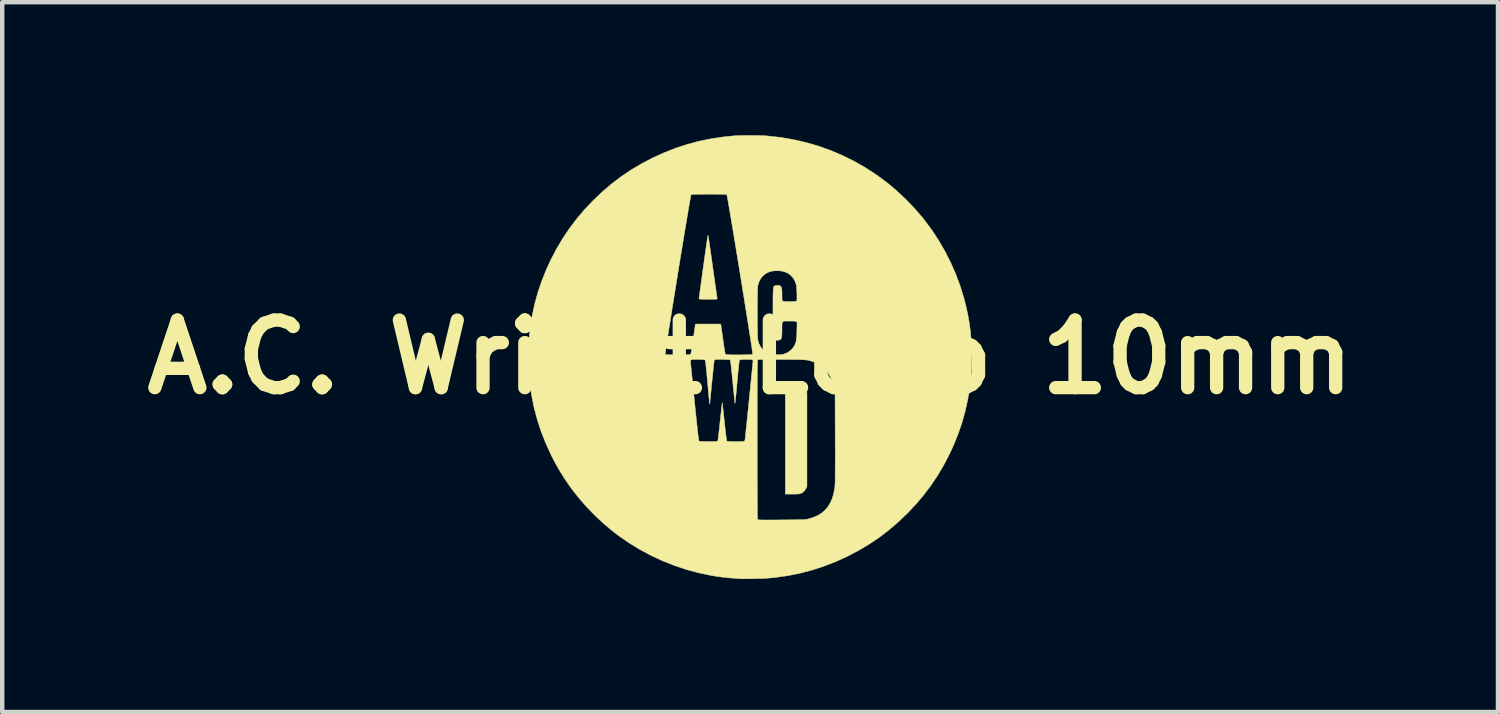
<source format=kicad_pcb>
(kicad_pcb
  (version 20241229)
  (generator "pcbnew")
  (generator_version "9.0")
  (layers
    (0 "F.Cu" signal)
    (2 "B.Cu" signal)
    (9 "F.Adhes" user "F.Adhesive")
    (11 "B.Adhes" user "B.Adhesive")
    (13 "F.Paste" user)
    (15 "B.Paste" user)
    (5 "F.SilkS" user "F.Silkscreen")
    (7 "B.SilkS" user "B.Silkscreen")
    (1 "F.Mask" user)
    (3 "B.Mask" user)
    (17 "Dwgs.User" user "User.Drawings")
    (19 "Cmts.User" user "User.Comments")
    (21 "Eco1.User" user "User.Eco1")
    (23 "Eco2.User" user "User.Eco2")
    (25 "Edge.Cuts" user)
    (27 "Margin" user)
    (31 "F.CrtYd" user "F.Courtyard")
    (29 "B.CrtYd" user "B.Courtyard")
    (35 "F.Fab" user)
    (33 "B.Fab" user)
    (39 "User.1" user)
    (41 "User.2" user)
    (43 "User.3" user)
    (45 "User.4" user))
  (footprint "A.C. Wright Logo 10mm"
    (layer "F.Cu")
    (at 13.868 5.004)
    (property "Reference" "A.C. Wright Logo 10mm" (at 0 0 0) (layer "F.SilkS") (effects (font (size 1.524 1.524) (thickness 0.3))))
    (attr through_hole)
    (fp_poly (pts (xy 0.95 0.629) (xy 1.002 0.631) (xy 1.05 0.633) (xy 1.09 0.636) (xy 1.119 0.64) (xy 1.134 0.642) (xy 1.183 0.665) (xy 1.222 0.7) (xy 1.254 0.749) (xy 1.255 0.752) (xy 1.283 0.808) (xy 1.283 2.917) (xy 1.263 2.959) (xy 1.235 3.007) (xy 1.2 3.043) (xy 1.156 3.07) (xy 1.14 3.077) (xy 1.124 3.082) (xy 1.107 3.086) (xy 1.083 3.088) (xy 1.052 3.09) (xy 1.009 3.09) (xy 0.955 3.09) (xy 0.796 3.09) (xy 0.796 0.624) (xy 0.95 0.629)) (stroke (width 0.01) (type solid)) (fill yes) (layer "F.SilkS"))
    (fp_poly (pts (xy -0.946 -2.747) (xy -0.944 -2.735) (xy -0.94 -2.707) (xy -0.933 -2.665) (xy -0.925 -2.611) (xy -0.916 -2.545) (xy -0.905 -2.468) (xy -0.892 -2.383) (xy -0.879 -2.289) (xy -0.865 -2.19) (xy -0.85 -2.085) (xy -0.842 -2.028) (xy -0.827 -1.921) (xy -0.813 -1.819) (xy -0.799 -1.723) (xy -0.787 -1.634) (xy -0.775 -1.553) (xy -0.765 -1.483) (xy -0.757 -1.423) (xy -0.75 -1.376) (xy -0.745 -1.342) (xy -0.742 -1.322) (xy -0.742 -1.319) (xy -0.742 -1.314) (xy -0.745 -1.311) (xy -0.754 -1.308) (xy -0.77 -1.306) (xy -0.796 -1.305) (xy -0.833 -1.304) (xy -0.883 -1.304) (xy -0.945 -1.304) (xy -1.012 -1.304) (xy -1.065 -1.305) (xy -1.103 -1.306) (xy -1.13 -1.308) (xy -1.145 -1.31) (xy -1.152 -1.313) (xy -1.152 -1.314) (xy -1.151 -1.324) (xy -1.148 -1.35) (xy -1.142 -1.389) (xy -1.135 -1.442) (xy -1.127 -1.507) (xy -1.116 -1.582) (xy -1.105 -1.666) (xy -1.092 -1.759) (xy -1.079 -1.859) (xy -1.064 -1.964) (xy -1.052 -2.048) (xy -1.033 -2.188) (xy -1.016 -2.311) (xy -1.001 -2.417) (xy -0.987 -2.509) (xy -0.976 -2.585) (xy -0.967 -2.646) (xy -0.959 -2.692) (xy -0.953 -2.724) (xy -0.949 -2.743) (xy -0.947 -2.747) (xy -0.946 -2.747)) (stroke (width 0.01) (type solid)) (fill yes) (layer "F.SilkS"))
    (fp_poly (pts (xy 0.072 -4.998) (xy 0.159 -4.997) (xy 0.24 -4.996) (xy 0.311 -4.993) (xy 0.371 -4.99) (xy 0.389 -4.988) (xy 0.687 -4.955) (xy 0.977 -4.905) (xy 1.262 -4.84) (xy 1.54 -4.76) (xy 1.812 -4.663) (xy 2.077 -4.551) (xy 2.336 -4.423) (xy 2.589 -4.28) (xy 2.836 -4.12) (xy 2.891 -4.081) (xy 3.098 -3.927) (xy 3.299 -3.758) (xy 3.495 -3.576) (xy 3.681 -3.385) (xy 3.855 -3.186) (xy 3.929 -3.095) (xy 4.098 -2.868) (xy 4.253 -2.632) (xy 4.396 -2.386) (xy 4.524 -2.132) (xy 4.639 -1.872) (xy 4.738 -1.606) (xy 4.821 -1.337) (xy 4.872 -1.137) (xy 4.913 -0.947) (xy 4.945 -0.763) (xy 4.969 -0.582) (xy 4.986 -0.398) (xy 4.996 -0.207) (xy 4.999 -0.005) (xy 4.999 0) (xy 4.999 0.073) (xy 4.998 0.147) (xy 4.996 0.218) (xy 4.994 0.284) (xy 4.992 0.34) (xy 4.989 0.383) (xy 4.988 0.389) (xy 4.957 0.674) (xy 4.912 0.949) (xy 4.853 1.217) (xy 4.78 1.479) (xy 4.691 1.736) (xy 4.588 1.992) (xy 4.497 2.189) (xy 4.369 2.434) (xy 4.231 2.668) (xy 4.082 2.891) (xy 3.92 3.106) (xy 3.745 3.314) (xy 3.554 3.517) (xy 3.535 3.535) (xy 3.333 3.728) (xy 3.125 3.905) (xy 2.912 4.068) (xy 2.689 4.218) (xy 2.456 4.357) (xy 2.212 4.485) (xy 2.189 4.497) (xy 1.926 4.616) (xy 1.662 4.718) (xy 1.395 4.805) (xy 1.123 4.876) (xy 0.847 4.931) (xy 0.564 4.971) (xy 0.44 4.983) (xy 0.396 4.986) (xy 0.339 4.99) (xy 0.274 4.993) (xy 0.202 4.995) (xy 0.127 4.997) (xy 0.052 4.999) (xy -0.02 5) (xy -0.086 5.001) (xy -0.143 5.001) (xy -0.188 5) (xy -0.212 4.999) (xy -0.328 4.991) (xy -0.43 4.983) (xy -0.521 4.975) (xy -0.604 4.966) (xy -0.682 4.956) (xy -0.758 4.945) (xy -0.836 4.933) (xy -0.892 4.923) (xy -1.171 4.864) (xy -1.447 4.789) (xy -1.719 4.697) (xy -1.985 4.591) (xy -2.245 4.469) (xy -2.498 4.333) (xy -2.742 4.183) (xy -2.977 4.02) (xy -3.095 3.929) (xy -3.296 3.761) (xy -3.491 3.58) (xy -3.677 3.388) (xy -3.852 3.189) (xy -4.014 2.985) (xy -4.081 2.891) (xy -4.189 2.733) (xy -4.286 2.578) (xy -4.377 2.421) (xy -4.464 2.254) (xy -4.497 2.189) (xy -4.612 1.934) (xy -4.713 1.678) (xy -4.797 1.42) (xy -4.868 1.157) (xy -4.923 0.887) (xy -4.965 0.61) (xy -4.988 0.389) (xy -4.992 0.336) (xy -4.995 0.269) (xy -4.997 0.191) (xy -4.998 0.106) (xy -4.998 0.08) (xy -1.347 0.08) (xy -1.255 0.985) (xy -1.24 1.134) (xy -1.226 1.268) (xy -1.214 1.386) (xy -1.203 1.49) (xy -1.193 1.58) (xy -1.185 1.657) (xy -1.178 1.721) (xy -1.171 1.774) (xy -1.166 1.817) (xy -1.161 1.85) (xy -1.158 1.873) (xy -1.154 1.888) (xy -1.152 1.896) (xy -1.151 1.897) (xy -1.139 1.899) (xy -1.113 1.901) (xy -1.075 1.903) (xy -1.028 1.904) (xy -0.974 1.905) (xy -0.938 1.905) (xy -0.874 1.905) (xy -0.826 1.905) (xy -0.79 1.904) (xy -0.764 1.902) (xy -0.747 1.9) (xy -0.737 1.897) (xy -0.732 1.893) (xy -0.729 1.89) (xy -0.726 1.878) (xy -0.722 1.852) (xy -0.717 1.812) (xy -0.711 1.76) (xy -0.703 1.698) (xy -0.695 1.628) (xy -0.687 1.55) (xy -0.678 1.468) (xy -0.676 1.45) (xy -0.667 1.367) (xy -0.659 1.29) (xy -0.651 1.22) (xy -0.644 1.158) (xy -0.638 1.107) (xy -0.633 1.067) (xy -0.63 1.041) (xy -0.628 1.029) (xy -0.628 1.029) (xy -0.626 1.038) (xy -0.623 1.062) (xy -0.619 1.099) (xy -0.613 1.149) (xy -0.606 1.209) (xy -0.599 1.278) (xy -0.59 1.354) (xy -0.582 1.436) (xy -0.579 1.457) (xy -0.57 1.547) (xy -0.56 1.63) (xy -0.552 1.704) (xy -0.544 1.768) (xy -0.537 1.82) (xy -0.531 1.859) (xy -0.527 1.884) (xy -0.524 1.893) (xy -0.518 1.897) (xy -0.505 1.9) (xy -0.484 1.902) (xy -0.453 1.904) (xy -0.409 1.905) (xy -0.35 1.905) (xy -0.33 1.905) (xy -0.275 1.905) (xy -0.225 1.904) (xy -0.184 1.903) (xy -0.153 1.902) (xy -0.135 1.901) (xy -0.132 1.9) (xy -0.122 1.889) (xy -0.115 1.869) (xy -0.114 1.868) (xy -0.113 1.856) (xy -0.113 1.856) (xy 0.161 1.856) (xy 0.161 2.084) (xy 0.161 2.295) (xy 0.161 2.491) (xy 0.161 2.67) (xy 0.162 2.833) (xy 0.162 2.98) (xy 0.163 3.113) (xy 0.163 3.23) (xy 0.164 3.332) (xy 0.164 3.42) (xy 0.165 3.494) (xy 0.166 3.554) (xy 0.167 3.6) (xy 0.168 3.633) (xy 0.169 3.652) (xy 0.17 3.659) (xy 0.172 3.662) (xy 0.175 3.665) (xy 0.181 3.667) (xy 0.191 3.669) (xy 0.205 3.671) (xy 0.226 3.672) (xy 0.254 3.673) (xy 0.291 3.674) (xy 0.338 3.674) (xy 0.397 3.674) (xy 0.467 3.674) (xy 0.552 3.673) (xy 0.652 3.673) (xy 0.71 3.672) (xy 0.818 3.672) (xy 0.911 3.671) (xy 0.99 3.67) (xy 1.056 3.669) (xy 1.111 3.668) (xy 1.156 3.667) (xy 1.193 3.666) (xy 1.222 3.665) (xy 1.246 3.663) (xy 1.266 3.66) (xy 1.283 3.658) (xy 1.299 3.655) (xy 1.314 3.651) (xy 1.428 3.616) (xy 1.53 3.571) (xy 1.619 3.515) (xy 1.697 3.447) (xy 1.762 3.367) (xy 1.817 3.275) (xy 1.86 3.171) (xy 1.891 3.054) (xy 1.913 2.925) (xy 1.913 2.917) (xy 1.915 2.895) (xy 1.916 2.861) (xy 1.918 2.814) (xy 1.919 2.753) (xy 1.919 2.678) (xy 1.92 2.588) (xy 1.92 2.484) (xy 1.921 2.365) (xy 1.921 2.231) (xy 1.921 2.08) (xy 1.92 1.913) (xy 1.92 1.803) (xy 1.917 0.775) (xy 1.898 0.691) (xy 1.887 0.648) (xy 1.876 0.605) (xy 1.865 0.568) (xy 1.861 0.556) (xy 1.817 0.451) (xy 1.761 0.357) (xy 1.693 0.275) (xy 1.614 0.206) (xy 1.524 0.149) (xy 1.424 0.106) (xy 1.414 0.102) (xy 1.387 0.093) (xy 1.362 0.085) (xy 1.34 0.079) (xy 1.317 0.073) (xy 1.292 0.069) (xy 1.265 0.065) (xy 1.233 0.062) (xy 1.195 0.06) (xy 1.149 0.058) (xy 1.095 0.057) (xy 1.03 0.056) (xy 0.953 0.055) (xy 0.863 0.054) (xy 0.758 0.053) (xy 0.717 0.053) (xy 0.601 0.053) (xy 0.502 0.052) (xy 0.417 0.052) (xy 0.347 0.052) (xy 0.29 0.053) (xy 0.246 0.054) (xy 0.212 0.055) (xy 0.19 0.056) (xy 0.177 0.058) (xy 0.173 0.06) (xy 0.171 0.063) (xy 0.17 0.07) (xy 0.169 0.081) (xy 0.168 0.098) (xy 0.167 0.12) (xy 0.166 0.149) (xy 0.165 0.185) (xy 0.165 0.229) (xy 0.164 0.281) (xy 0.163 0.343) (xy 0.163 0.414) (xy 0.162 0.495) (xy 0.162 0.588) (xy 0.162 0.691) (xy 0.161 0.808) (xy 0.161 0.937) (xy 0.161 1.08) (xy 0.161 1.237) (xy 0.161 1.408) (xy 0.161 1.595) (xy 0.161 1.799) (xy 0.161 1.856) (xy -0.113 1.856) (xy -0.11 1.829) (xy -0.105 1.786) (xy -0.1 1.731) (xy -0.093 1.663) (xy -0.084 1.584) (xy -0.075 1.495) (xy -0.065 1.397) (xy -0.054 1.292) (xy -0.043 1.18) (xy -0.031 1.063) (xy -0.021 0.961) (xy 0.068 0.08) (xy 0.049 0.065) (xy 0.04 0.059) (xy 0.029 0.055) (xy 0.011 0.053) (xy -0.015 0.052) (xy -0.053 0.052) (xy -0.099 0.052) (xy -0.155 0.054) (xy -0.198 0.057) (xy -0.226 0.061) (xy -0.238 0.065) (xy -0.24 0.075) (xy -0.245 0.102) (xy -0.25 0.143) (xy -0.256 0.199) (xy -0.263 0.268) (xy -0.272 0.349) (xy -0.28 0.441) (xy -0.29 0.544) (xy -0.291 0.558) (xy -0.299 0.646) (xy -0.307 0.73) (xy -0.314 0.807) (xy -0.321 0.876) (xy -0.327 0.935) (xy -0.332 0.983) (xy -0.336 1.018) (xy -0.338 1.039) (xy -0.339 1.045) (xy -0.341 1.037) (xy -0.344 1.015) (xy -0.348 0.978) (xy -0.353 0.929) (xy -0.36 0.869) (xy -0.367 0.799) (xy -0.375 0.721) (xy -0.383 0.637) (xy -0.39 0.562) (xy -0.402 0.449) (xy -0.412 0.349) (xy -0.421 0.263) (xy -0.429 0.192) (xy -0.435 0.137) (xy -0.441 0.097) (xy -0.445 0.073) (xy -0.448 0.065) (xy -0.46 0.061) (xy -0.486 0.057) (xy -0.528 0.055) (xy -0.585 0.053) (xy -0.603 0.052) (xy -0.668 0.051) (xy -0.717 0.052) (xy -0.753 0.053) (xy -0.779 0.056) (xy -0.795 0.061) (xy -0.805 0.068) (xy -0.808 0.074) (xy -0.81 0.084) (xy -0.813 0.11) (xy -0.817 0.148) (xy -0.823 0.198) (xy -0.829 0.257) (xy -0.836 0.324) (xy -0.844 0.396) (xy -0.851 0.473) (xy -0.859 0.552) (xy -0.867 0.631) (xy -0.875 0.708) (xy -0.882 0.782) (xy -0.889 0.851) (xy -0.895 0.913) (xy -0.9 0.966) (xy -0.904 1.008) (xy -0.906 1.037) (xy -0.907 1.05) (xy -0.908 1.058) (xy -0.91 1.056) (xy -0.912 1.042) (xy -0.916 1.016) (xy -0.92 0.978) (xy -0.926 0.925) (xy -0.932 0.859) (xy -0.94 0.778) (xy -0.949 0.682) (xy -0.959 0.569) (xy -0.962 0.535) (xy -0.971 0.432) (xy -0.98 0.34) (xy -0.988 0.26) (xy -0.995 0.193) (xy -1.001 0.139) (xy -1.007 0.1) (xy -1.011 0.076) (xy -1.013 0.069) (xy -1.019 0.064) (xy -1.03 0.06) (xy -1.048 0.057) (xy -1.076 0.055) (xy -1.116 0.053) (xy -1.166 0.052) (xy -1.219 0.052) (xy -1.258 0.052) (xy -1.286 0.052) (xy -1.304 0.055) (xy -1.317 0.058) (xy -1.326 0.063) (xy -1.328 0.065) (xy -1.347 0.08) (xy -4.998 0.08) (xy -4.999 0.017) (xy -4.998 -0.069) (xy -1.913 -0.069) (xy -1.913 -0.063) (xy -1.908 -0.06) (xy -1.898 -0.057) (xy -1.882 -0.055) (xy -1.857 -0.053) (xy -1.822 -0.052) (xy -1.776 -0.051) (xy -1.717 -0.051) (xy -1.642 -0.051) (xy -1.626 -0.051) (xy -1.545 -0.051) (xy -1.48 -0.051) (xy -1.429 -0.052) (xy -1.391 -0.054) (xy -1.364 -0.056) (xy -1.348 -0.058) (xy -1.34 -0.061) (xy -1.34 -0.061) (xy -1.337 -0.072) (xy -1.331 -0.097) (xy -1.325 -0.136) (xy -1.316 -0.185) (xy -1.307 -0.244) (xy -1.297 -0.311) (xy -1.286 -0.383) (xy -1.282 -0.409) (xy -1.233 -0.745) (xy -0.662 -0.745) (xy -0.657 -0.718) (xy -0.655 -0.703) (xy -0.651 -0.674) (xy -0.645 -0.632) (xy -0.637 -0.58) (xy -0.628 -0.519) (xy -0.619 -0.451) (xy -0.609 -0.381) (xy -0.599 -0.31) (xy -0.589 -0.245) (xy -0.58 -0.186) (xy -0.572 -0.137) (xy -0.565 -0.098) (xy -0.56 -0.072) (xy -0.557 -0.061) (xy -0.557 -0.061) (xy -0.546 -0.058) (xy -0.52 -0.055) (xy -0.483 -0.053) (xy -0.435 -0.052) (xy -0.381 -0.05) (xy -0.321 -0.05) (xy -0.258 -0.05) (xy -0.195 -0.05) (xy -0.134 -0.051) (xy -0.077 -0.052) (xy -0.028 -0.054) (xy 0.013 -0.056) (xy 0.042 -0.059) (xy 0.057 -0.062) (xy 0.059 -0.063) (xy 0.058 -0.072) (xy 0.056 -0.098) (xy 0.05 -0.138) (xy 0.043 -0.192) (xy 0.033 -0.259) (xy 0.021 -0.338) (xy 0.007 -0.428) (xy -0.009 -0.528) (xy -0.026 -0.638) (xy -0.044 -0.756) (xy -0.064 -0.881) (xy -0.085 -1.012) (xy -0.088 -1.035) (xy 0.164 -1.035) (xy 0.164 -0.942) (xy 0.164 -0.851) (xy 0.165 -0.763) (xy 0.166 -0.68) (xy 0.167 -0.603) (xy 0.169 -0.534) (xy 0.17 -0.475) (xy 0.173 -0.429) (xy 0.175 -0.396) (xy 0.177 -0.381) (xy 0.202 -0.298) (xy 0.24 -0.226) (xy 0.29 -0.165) (xy 0.35 -0.116) (xy 0.42 -0.08) (xy 0.471 -0.064) (xy 0.515 -0.057) (xy 0.568 -0.053) (xy 0.625 -0.052) (xy 0.68 -0.054) (xy 0.728 -0.059) (xy 0.749 -0.064) (xy 0.821 -0.09) (xy 0.887 -0.129) (xy 0.944 -0.179) (xy 0.989 -0.237) (xy 1.002 -0.259) (xy 1.017 -0.291) (xy 1.029 -0.322) (xy 1.038 -0.354) (xy 1.044 -0.391) (xy 1.049 -0.435) (xy 1.053 -0.489) (xy 1.055 -0.556) (xy 1.056 -0.594) (xy 1.06 -0.785) (xy 1.04 -0.799) (xy 1.03 -0.804) (xy 1.014 -0.808) (xy 0.991 -0.811) (xy 0.957 -0.812) (xy 0.91 -0.813) (xy 0.889 -0.813) (xy 0.834 -0.813) (xy 0.792 -0.812) (xy 0.761 -0.809) (xy 0.741 -0.8) (xy 0.729 -0.784) (xy 0.722 -0.758) (xy 0.72 -0.722) (xy 0.719 -0.672) (xy 0.72 -0.628) (xy 0.719 -0.56) (xy 0.717 -0.507) (xy 0.714 -0.467) (xy 0.709 -0.437) (xy 0.701 -0.416) (xy 0.691 -0.401) (xy 0.681 -0.393) (xy 0.656 -0.383) (xy 0.623 -0.379) (xy 0.589 -0.381) (xy 0.562 -0.388) (xy 0.559 -0.389) (xy 0.551 -0.394) (xy 0.544 -0.399) (xy 0.538 -0.407) (xy 0.533 -0.417) (xy 0.528 -0.432) (xy 0.525 -0.452) (xy 0.522 -0.479) (xy 0.52 -0.514) (xy 0.519 -0.559) (xy 0.518 -0.614) (xy 0.517 -0.68) (xy 0.517 -0.76) (xy 0.517 -0.853) (xy 0.516 -0.962) (xy 0.516 -0.999) (xy 0.516 -1.113) (xy 0.517 -1.211) (xy 0.517 -1.295) (xy 0.517 -1.365) (xy 0.518 -1.424) (xy 0.52 -1.471) (xy 0.522 -1.509) (xy 0.524 -1.538) (xy 0.527 -1.561) (xy 0.531 -1.577) (xy 0.536 -1.589) (xy 0.541 -1.597) (xy 0.548 -1.602) (xy 0.556 -1.607) (xy 0.558 -1.608) (xy 0.575 -1.613) (xy 0.603 -1.616) (xy 0.622 -1.617) (xy 0.652 -1.616) (xy 0.671 -1.611) (xy 0.686 -1.599) (xy 0.689 -1.596) (xy 0.7 -1.583) (xy 0.708 -1.567) (xy 0.713 -1.547) (xy 0.717 -1.52) (xy 0.719 -1.482) (xy 0.72 -1.432) (xy 0.72 -1.398) (xy 0.72 -1.341) (xy 0.722 -1.3) (xy 0.726 -1.274) (xy 0.73 -1.263) (xy 0.741 -1.259) (xy 0.765 -1.256) (xy 0.803 -1.254) (xy 0.856 -1.253) (xy 0.89 -1.253) (xy 0.945 -1.253) (xy 0.986 -1.254) (xy 1.015 -1.256) (xy 1.034 -1.258) (xy 1.045 -1.262) (xy 1.05 -1.266) (xy 1.054 -1.28) (xy 1.057 -1.307) (xy 1.058 -1.345) (xy 1.058 -1.391) (xy 1.056 -1.441) (xy 1.054 -1.492) (xy 1.051 -1.542) (xy 1.047 -1.586) (xy 1.042 -1.623) (xy 1.037 -1.646) (xy 1.007 -1.726) (xy 0.964 -1.795) (xy 0.91 -1.852) (xy 0.845 -1.896) (xy 0.771 -1.927) (xy 0.744 -1.934) (xy 0.693 -1.943) (xy 0.632 -1.946) (xy 0.569 -1.946) (xy 0.511 -1.941) (xy 0.475 -1.934) (xy 0.398 -1.908) (xy 0.33 -1.868) (xy 0.273 -1.815) (xy 0.227 -1.751) (xy 0.193 -1.675) (xy 0.177 -1.617) (xy 0.174 -1.596) (xy 0.172 -1.56) (xy 0.17 -1.51) (xy 0.168 -1.449) (xy 0.167 -1.379) (xy 0.166 -1.3) (xy 0.165 -1.215) (xy 0.164 -1.126) (xy 0.164 -1.035) (xy -0.088 -1.035) (xy -0.107 -1.149) (xy -0.129 -1.291) (xy -0.153 -1.436) (xy -0.177 -1.584) (xy -0.201 -1.734) (xy -0.225 -1.884) (xy -0.25 -2.035) (xy -0.274 -2.184) (xy -0.298 -2.331) (xy -0.322 -2.476) (xy -0.345 -2.616) (xy -0.367 -2.752) (xy -0.389 -2.882) (xy -0.41 -3.005) (xy -0.429 -3.121) (xy -0.447 -3.228) (xy -0.464 -3.326) (xy -0.479 -3.413) (xy -0.492 -3.49) (xy -0.503 -3.553) (xy -0.513 -3.604) (xy -0.52 -3.64) (xy -0.525 -3.662) (xy -0.526 -3.667) (xy -0.537 -3.669) (xy -0.563 -3.67) (xy -0.602 -3.671) (xy -0.651 -3.672) (xy -0.709 -3.673) (xy -0.773 -3.674) (xy -0.842 -3.674) (xy -0.914 -3.674) (xy -0.986 -3.674) (xy -1.056 -3.674) (xy -1.122 -3.673) (xy -1.183 -3.672) (xy -1.236 -3.672) (xy -1.279 -3.67) (xy -1.309 -3.669) (xy -1.326 -3.667) (xy -1.328 -3.667) (xy -1.331 -3.658) (xy -1.337 -3.633) (xy -1.344 -3.593) (xy -1.354 -3.539) (xy -1.366 -3.472) (xy -1.38 -3.394) (xy -1.395 -3.304) (xy -1.412 -3.204) (xy -1.431 -3.094) (xy -1.45 -2.977) (xy -1.471 -2.852) (xy -1.493 -2.72) (xy -1.516 -2.583) (xy -1.539 -2.442) (xy -1.563 -2.296) (xy -1.587 -2.148) (xy -1.612 -1.999) (xy -1.636 -1.848) (xy -1.66 -1.698) (xy -1.684 -1.549) (xy -1.708 -1.401) (xy -1.731 -1.257) (xy -1.754 -1.116) (xy -1.775 -0.98) (xy -1.796 -0.85) (xy -1.815 -0.727) (xy -1.834 -0.611) (xy -1.85 -0.504) (xy -1.865 -0.406) (xy -1.879 -0.318) (xy -1.89 -0.242) (xy -1.899 -0.178) (xy -1.906 -0.127) (xy -1.911 -0.091) (xy -1.913 -0.069) (xy -4.998 -0.069) (xy -4.998 -0.072) (xy -4.997 -0.159) (xy -4.996 -0.24) (xy -4.993 -0.311) (xy -4.99 -0.371) (xy -4.988 -0.389) (xy -4.957 -0.674) (xy -4.912 -0.949) (xy -4.853 -1.217) (xy -4.78 -1.479) (xy -4.691 -1.736) (xy -4.588 -1.992) (xy -4.497 -2.189) (xy -4.369 -2.434) (xy -4.231 -2.668) (xy -4.082 -2.891) (xy -3.92 -3.106) (xy -3.745 -3.314) (xy -3.554 -3.517) (xy -3.535 -3.535) (xy -3.333 -3.728) (xy -3.125 -3.905) (xy -2.912 -4.068) (xy -2.689 -4.218) (xy -2.456 -4.357) (xy -2.212 -4.485) (xy -2.189 -4.497) (xy -1.934 -4.612) (xy -1.678 -4.713) (xy -1.42 -4.797) (xy -1.157 -4.868) (xy -0.887 -4.923) (xy -0.61 -4.965) (xy -0.389 -4.988) (xy -0.336 -4.992) (xy -0.269 -4.995) (xy -0.191 -4.997) (xy -0.106 -4.998) (xy -0.017 -4.999) (xy 0.072 -4.998)) (stroke (width 0.01) (type solid)) (fill yes) (layer "F.SilkS")))
  (gr_rect
    (start -3 -3)
    (end 30.737 13.009)
    (stroke (width 0.1) (type default))
    (fill no)
    (layer "Edge.Cuts")))
</source>
